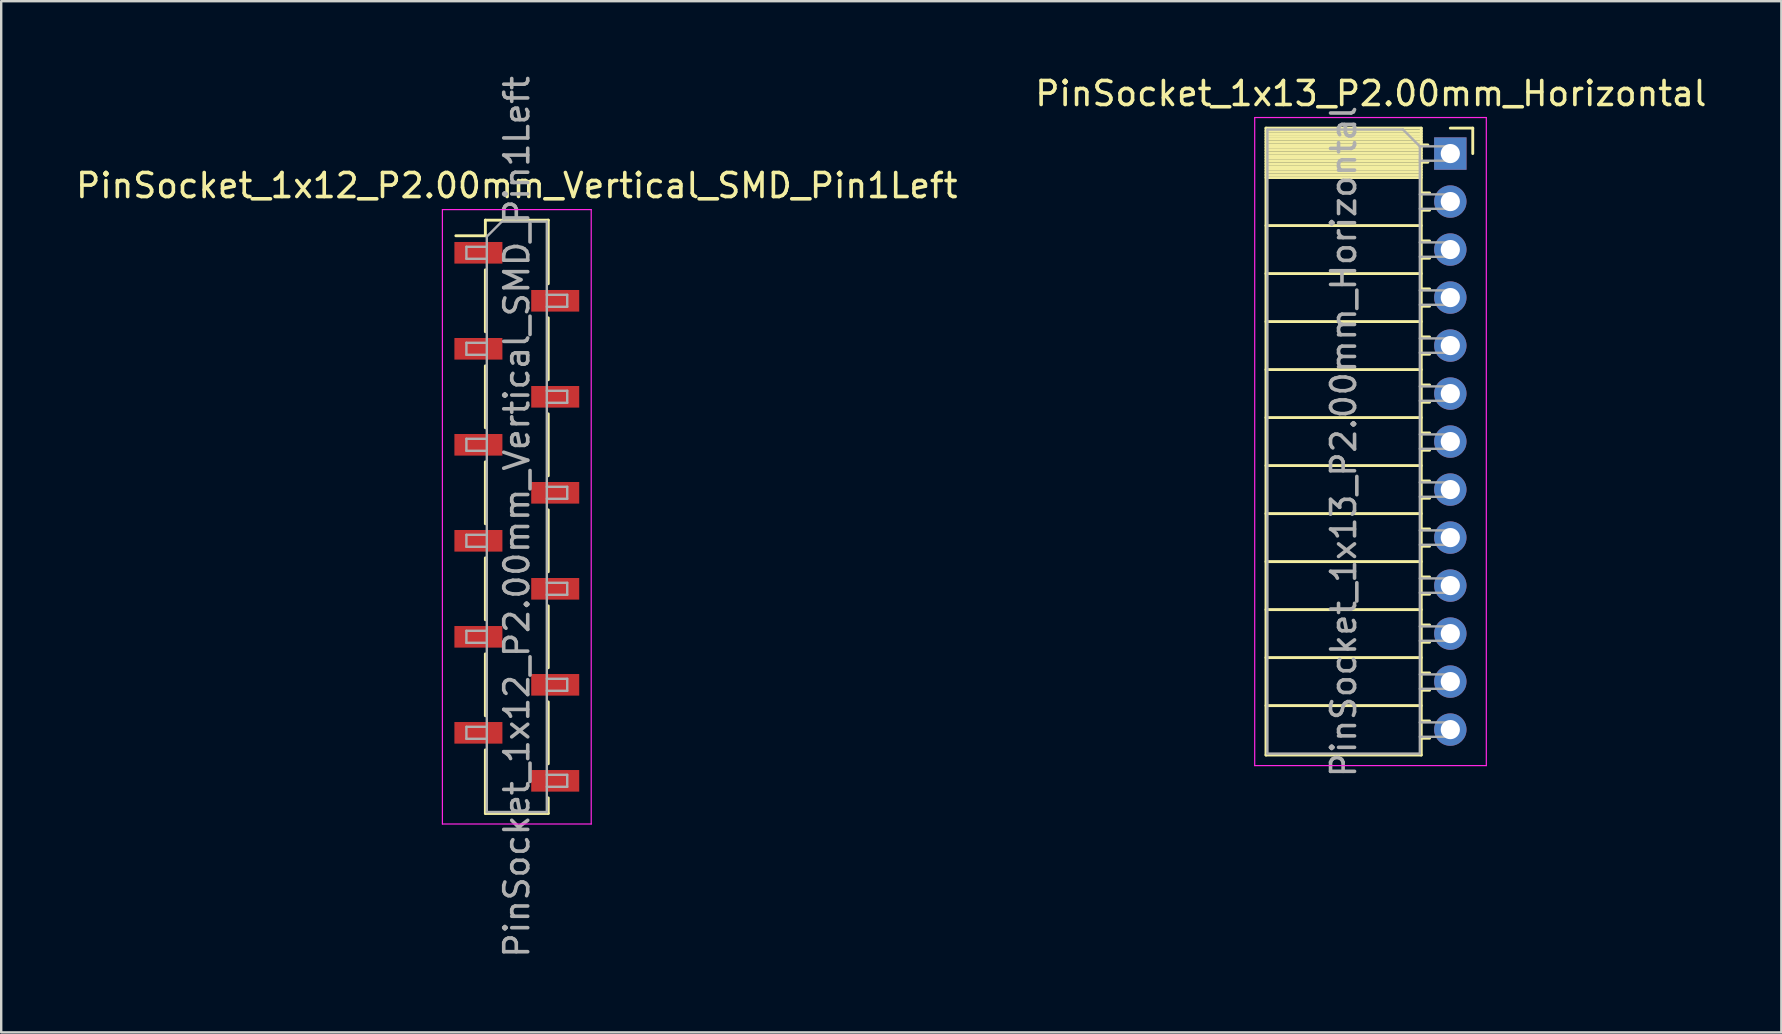
<source format=kicad_pcb>
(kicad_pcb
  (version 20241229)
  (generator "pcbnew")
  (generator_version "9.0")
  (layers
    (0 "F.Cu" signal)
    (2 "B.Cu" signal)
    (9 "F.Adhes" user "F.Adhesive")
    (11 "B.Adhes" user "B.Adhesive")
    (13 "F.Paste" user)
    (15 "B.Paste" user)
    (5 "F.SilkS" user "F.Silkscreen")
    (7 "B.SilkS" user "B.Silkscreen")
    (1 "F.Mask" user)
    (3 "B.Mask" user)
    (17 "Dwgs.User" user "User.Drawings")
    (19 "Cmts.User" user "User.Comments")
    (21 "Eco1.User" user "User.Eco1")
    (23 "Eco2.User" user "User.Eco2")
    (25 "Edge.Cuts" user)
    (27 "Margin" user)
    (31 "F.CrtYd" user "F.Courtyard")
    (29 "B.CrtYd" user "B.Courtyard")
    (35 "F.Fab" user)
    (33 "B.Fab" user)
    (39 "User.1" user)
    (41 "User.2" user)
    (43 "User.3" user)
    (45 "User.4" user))
  (footprint "PinSocket_1x13_P2.00mm_Horizontal"
    (layer "F.Cu")
    (at 57.375 3.348)
    (property "Reference" "PinSocket_1x13_P2.00mm_Horizontal" (at -3.31 -2.5 0) (layer "F.SilkS") (effects (font (size 1 1) (thickness 0.15))))
    (attr through_hole)
    (fp_line (start -7.68 -1.06) (end -7.68 25.06) (stroke (width 0.12) (type solid)) (layer "F.SilkS"))
    (fp_line (start -7.68 -1.06) (end -1.21 -1.06) (stroke (width 0.12) (type solid)) (layer "F.SilkS"))
    (fp_line (start -7.68 -0.94) (end -1.21 -0.94) (stroke (width 0.12) (type solid)) (layer "F.SilkS"))
    (fp_line (start -7.68 -0.826) (end -1.21 -0.826) (stroke (width 0.12) (type solid)) (layer "F.SilkS"))
    (fp_line (start -7.68 -0.712) (end -1.21 -0.712) (stroke (width 0.12) (type solid)) (layer "F.SilkS"))
    (fp_line (start -7.68 -0.598) (end -1.21 -0.598) (stroke (width 0.12) (type solid)) (layer "F.SilkS"))
    (fp_line (start -7.68 -0.484) (end -1.21 -0.484) (stroke (width 0.12) (type solid)) (layer "F.SilkS"))
    (fp_line (start -7.68 -0.369) (end -1.21 -0.369) (stroke (width 0.12) (type solid)) (layer "F.SilkS"))
    (fp_line (start -7.68 -0.255) (end -1.21 -0.255) (stroke (width 0.12) (type solid)) (layer "F.SilkS"))
    (fp_line (start -7.68 -0.141) (end -1.21 -0.141) (stroke (width 0.12) (type solid)) (layer "F.SilkS"))
    (fp_line (start -7.68 -0.027) (end -1.21 -0.027) (stroke (width 0.12) (type solid)) (layer "F.SilkS"))
    (fp_line (start -7.68 0.087) (end -1.21 0.087) (stroke (width 0.12) (type solid)) (layer "F.SilkS"))
    (fp_line (start -7.68 0.201) (end -1.21 0.201) (stroke (width 0.12) (type solid)) (layer "F.SilkS"))
    (fp_line (start -7.68 0.315) (end -1.21 0.315) (stroke (width 0.12) (type solid)) (layer "F.SilkS"))
    (fp_line (start -7.68 0.429) (end -1.21 0.429) (stroke (width 0.12) (type solid)) (layer "F.SilkS"))
    (fp_line (start -7.68 0.544) (end -1.21 0.544) (stroke (width 0.12) (type solid)) (layer "F.SilkS"))
    (fp_line (start -7.68 0.658) (end -1.21 0.658) (stroke (width 0.12) (type solid)) (layer "F.SilkS"))
    (fp_line (start -7.68 0.772) (end -1.21 0.772) (stroke (width 0.12) (type solid)) (layer "F.SilkS"))
    (fp_line (start -7.68 0.886) (end -1.21 0.886) (stroke (width 0.12) (type solid)) (layer "F.SilkS"))
    (fp_line (start -7.68 1) (end -1.21 1) (stroke (width 0.12) (type solid)) (layer "F.SilkS"))
    (fp_line (start -7.68 3) (end -1.21 3) (stroke (width 0.12) (type solid)) (layer "F.SilkS"))
    (fp_line (start -7.68 5) (end -1.21 5) (stroke (width 0.12) (type solid)) (layer "F.SilkS"))
    (fp_line (start -7.68 7) (end -1.21 7) (stroke (width 0.12) (type solid)) (layer "F.SilkS"))
    (fp_line (start -7.68 9) (end -1.21 9) (stroke (width 0.12) (type solid)) (layer "F.SilkS"))
    (fp_line (start -7.68 11) (end -1.21 11) (stroke (width 0.12) (type solid)) (layer "F.SilkS"))
    (fp_line (start -7.68 13) (end -1.21 13) (stroke (width 0.12) (type solid)) (layer "F.SilkS"))
    (fp_line (start -7.68 15) (end -1.21 15) (stroke (width 0.12) (type solid)) (layer "F.SilkS"))
    (fp_line (start -7.68 17) (end -1.21 17) (stroke (width 0.12) (type solid)) (layer "F.SilkS"))
    (fp_line (start -7.68 19) (end -1.21 19) (stroke (width 0.12) (type solid)) (layer "F.SilkS"))
    (fp_line (start -7.68 21) (end -1.21 21) (stroke (width 0.12) (type solid)) (layer "F.SilkS"))
    (fp_line (start -7.68 23) (end -1.21 23) (stroke (width 0.12) (type solid)) (layer "F.SilkS"))
    (fp_line (start -7.68 25.06) (end -1.21 25.06) (stroke (width 0.12) (type solid)) (layer "F.SilkS"))
    (fp_line (start -1.21 -1.06) (end -1.21 25.06) (stroke (width 0.12) (type solid)) (layer "F.SilkS"))
    (fp_line (start -1.21 -0.36) (end -0.935 -0.36) (stroke (width 0.12) (type solid)) (layer "F.SilkS"))
    (fp_line (start -1.21 0.36) (end -0.935 0.36) (stroke (width 0.12) (type solid)) (layer "F.SilkS"))
    (fp_line (start -1.21 1.64) (end -0.863 1.64) (stroke (width 0.12) (type solid)) (layer "F.SilkS"))
    (fp_line (start -1.21 2.36) (end -0.863 2.36) (stroke (width 0.12) (type solid)) (layer "F.SilkS"))
    (fp_line (start -1.21 3.64) (end -0.863 3.64) (stroke (width 0.12) (type solid)) (layer "F.SilkS"))
    (fp_line (start -1.21 4.36) (end -0.863 4.36) (stroke (width 0.12) (type solid)) (layer "F.SilkS"))
    (fp_line (start -1.21 5.64) (end -0.863 5.64) (stroke (width 0.12) (type solid)) (layer "F.SilkS"))
    (fp_line (start -1.21 6.36) (end -0.863 6.36) (stroke (width 0.12) (type solid)) (layer "F.SilkS"))
    (fp_line (start -1.21 7.64) (end -0.863 7.64) (stroke (width 0.12) (type solid)) (layer "F.SilkS"))
    (fp_line (start -1.21 8.36) (end -0.863 8.36) (stroke (width 0.12) (type solid)) (layer "F.SilkS"))
    (fp_line (start -1.21 9.64) (end -0.863 9.64) (stroke (width 0.12) (type solid)) (layer "F.SilkS"))
    (fp_line (start -1.21 10.36) (end -0.863 10.36) (stroke (width 0.12) (type solid)) (layer "F.SilkS"))
    (fp_line (start -1.21 11.64) (end -0.863 11.64) (stroke (width 0.12) (type solid)) (layer "F.SilkS"))
    (fp_line (start -1.21 12.36) (end -0.863 12.36) (stroke (width 0.12) (type solid)) (layer "F.SilkS"))
    (fp_line (start -1.21 13.64) (end -0.863 13.64) (stroke (width 0.12) (type solid)) (layer "F.SilkS"))
    (fp_line (start -1.21 14.36) (end -0.863 14.36) (stroke (width 0.12) (type solid)) (layer "F.SilkS"))
    (fp_line (start -1.21 15.64) (end -0.863 15.64) (stroke (width 0.12) (type solid)) (layer "F.SilkS"))
    (fp_line (start -1.21 16.36) (end -0.863 16.36) (stroke (width 0.12) (type solid)) (layer "F.SilkS"))
    (fp_line (start -1.21 17.64) (end -0.863 17.64) (stroke (width 0.12) (type solid)) (layer "F.SilkS"))
    (fp_line (start -1.21 18.36) (end -0.863 18.36) (stroke (width 0.12) (type solid)) (layer "F.SilkS"))
    (fp_line (start -1.21 19.64) (end -0.863 19.64) (stroke (width 0.12) (type solid)) (layer "F.SilkS"))
    (fp_line (start -1.21 20.36) (end -0.863 20.36) (stroke (width 0.12) (type solid)) (layer "F.SilkS"))
    (fp_line (start -1.21 21.64) (end -0.863 21.64) (stroke (width 0.12) (type solid)) (layer "F.SilkS"))
    (fp_line (start -1.21 22.36) (end -0.863 22.36) (stroke (width 0.12) (type solid)) (layer "F.SilkS"))
    (fp_line (start -1.21 23.64) (end -0.863 23.64) (stroke (width 0.12) (type solid)) (layer "F.SilkS"))
    (fp_line (start -1.21 24.36) (end -0.863 24.36) (stroke (width 0.12) (type solid)) (layer "F.SilkS"))
    (fp_line (start 0 -1.06) (end 0.935 -1.06) (stroke (width 0.12) (type solid)) (layer "F.SilkS"))
    (fp_line (start 0.935 -1.06) (end 0.935 0) (stroke (width 0.12) (type solid)) (layer "F.SilkS"))
    (fp_line (start -8.15 -1.5) (end -8.15 25.5) (stroke (width 0.05) (type solid)) (layer "F.CrtYd"))
    (fp_line (start -8.15 25.5) (end 1.5 25.5) (stroke (width 0.05) (type solid)) (layer "F.CrtYd"))
    (fp_line (start 1.5 -1.5) (end -8.15 -1.5) (stroke (width 0.05) (type solid)) (layer "F.CrtYd"))
    (fp_line (start 1.5 25.5) (end 1.5 -1.5) (stroke (width 0.05) (type solid)) (layer "F.CrtYd"))
    (fp_line (start -7.62 -1) (end -1.97 -1) (stroke (width 0.1) (type solid)) (layer "F.Fab"))
    (fp_line (start -7.62 25) (end -7.62 -1) (stroke (width 0.1) (type solid)) (layer "F.Fab"))
    (fp_line (start -1.97 -1) (end -1.27 -0.3) (stroke (width 0.1) (type solid)) (layer "F.Fab"))
    (fp_line (start -1.27 -0.3) (end -1.27 25) (stroke (width 0.1) (type solid)) (layer "F.Fab"))
    (fp_line (start -1.27 0.3) (end 0 0.3) (stroke (width 0.1) (type solid)) (layer "F.Fab"))
    (fp_line (start -1.27 2.3) (end 0 2.3) (stroke (width 0.1) (type solid)) (layer "F.Fab"))
    (fp_line (start -1.27 4.3) (end 0 4.3) (stroke (width 0.1) (type solid)) (layer "F.Fab"))
    (fp_line (start -1.27 6.3) (end 0 6.3) (stroke (width 0.1) (type solid)) (layer "F.Fab"))
    (fp_line (start -1.27 8.3) (end 0 8.3) (stroke (width 0.1) (type solid)) (layer "F.Fab"))
    (fp_line (start -1.27 10.3) (end 0 10.3) (stroke (width 0.1) (type solid)) (layer "F.Fab"))
    (fp_line (start -1.27 12.3) (end 0 12.3) (stroke (width 0.1) (type solid)) (layer "F.Fab"))
    (fp_line (start -1.27 14.3) (end 0 14.3) (stroke (width 0.1) (type solid)) (layer "F.Fab"))
    (fp_line (start -1.27 16.3) (end 0 16.3) (stroke (width 0.1) (type solid)) (layer "F.Fab"))
    (fp_line (start -1.27 18.3) (end 0 18.3) (stroke (width 0.1) (type solid)) (layer "F.Fab"))
    (fp_line (start -1.27 20.3) (end 0 20.3) (stroke (width 0.1) (type solid)) (layer "F.Fab"))
    (fp_line (start -1.27 22.3) (end 0 22.3) (stroke (width 0.1) (type solid)) (layer "F.Fab"))
    (fp_line (start -1.27 24.3) (end 0 24.3) (stroke (width 0.1) (type solid)) (layer "F.Fab"))
    (fp_line (start -1.27 25) (end -7.62 25) (stroke (width 0.1) (type solid)) (layer "F.Fab"))
    (fp_line (start 0 -0.3) (end -1.27 -0.3) (stroke (width 0.1) (type solid)) (layer "F.Fab"))
    (fp_line (start 0 0.3) (end 0 -0.3) (stroke (width 0.1) (type solid)) (layer "F.Fab"))
    (fp_line (start 0 1.7) (end -1.27 1.7) (stroke (width 0.1) (type solid)) (layer "F.Fab"))
    (fp_line (start 0 2.3) (end 0 1.7) (stroke (width 0.1) (type solid)) (layer "F.Fab"))
    (fp_line (start 0 3.7) (end -1.27 3.7) (stroke (width 0.1) (type solid)) (layer "F.Fab"))
    (fp_line (start 0 4.3) (end 0 3.7) (stroke (width 0.1) (type solid)) (layer "F.Fab"))
    (fp_line (start 0 5.7) (end -1.27 5.7) (stroke (width 0.1) (type solid)) (layer "F.Fab"))
    (fp_line (start 0 6.3) (end 0 5.7) (stroke (width 0.1) (type solid)) (layer "F.Fab"))
    (fp_line (start 0 7.7) (end -1.27 7.7) (stroke (width 0.1) (type solid)) (layer "F.Fab"))
    (fp_line (start 0 8.3) (end 0 7.7) (stroke (width 0.1) (type solid)) (layer "F.Fab"))
    (fp_line (start 0 9.7) (end -1.27 9.7) (stroke (width 0.1) (type solid)) (layer "F.Fab"))
    (fp_line (start 0 10.3) (end 0 9.7) (stroke (width 0.1) (type solid)) (layer "F.Fab"))
    (fp_line (start 0 11.7) (end -1.27 11.7) (stroke (width 0.1) (type solid)) (layer "F.Fab"))
    (fp_line (start 0 12.3) (end 0 11.7) (stroke (width 0.1) (type solid)) (layer "F.Fab"))
    (fp_line (start 0 13.7) (end -1.27 13.7) (stroke (width 0.1) (type solid)) (layer "F.Fab"))
    (fp_line (start 0 14.3) (end 0 13.7) (stroke (width 0.1) (type solid)) (layer "F.Fab"))
    (fp_line (start 0 15.7) (end -1.27 15.7) (stroke (width 0.1) (type solid)) (layer "F.Fab"))
    (fp_line (start 0 16.3) (end 0 15.7) (stroke (width 0.1) (type solid)) (layer "F.Fab"))
    (fp_line (start 0 17.7) (end -1.27 17.7) (stroke (width 0.1) (type solid)) (layer "F.Fab"))
    (fp_line (start 0 18.3) (end 0 17.7) (stroke (width 0.1) (type solid)) (layer "F.Fab"))
    (fp_line (start 0 19.7) (end -1.27 19.7) (stroke (width 0.1) (type solid)) (layer "F.Fab"))
    (fp_line (start 0 20.3) (end 0 19.7) (stroke (width 0.1) (type solid)) (layer "F.Fab"))
    (fp_line (start 0 21.7) (end -1.27 21.7) (stroke (width 0.1) (type solid)) (layer "F.Fab"))
    (fp_line (start 0 22.3) (end 0 21.7) (stroke (width 0.1) (type solid)) (layer "F.Fab"))
    (fp_line (start 0 23.7) (end -1.27 23.7) (stroke (width 0.1) (type solid)) (layer "F.Fab"))
    (fp_line (start 0 24.3) (end 0 23.7) (stroke (width 0.1) (type solid)) (layer "F.Fab"))
    (fp_text user "${REFERENCE}" (at -4.445 12 90) (layer "F.Fab") (effects (font (size 1 1) (thickness 0.15))))
    (pad "1" thru_hole rect (at 0 0) (size 1.35 1.35) (drill 0.8) (layers "*.Cu" "*.Mask"))
    (pad "2" thru_hole oval (at 0 2) (size 1.35 1.35) (drill 0.8) (layers "*.Cu" "*.Mask"))
    (pad "3" thru_hole oval (at 0 4) (size 1.35 1.35) (drill 0.8) (layers "*.Cu" "*.Mask"))
    (pad "4" thru_hole oval (at 0 6) (size 1.35 1.35) (drill 0.8) (layers "*.Cu" "*.Mask"))
    (pad "5" thru_hole oval (at 0 8) (size 1.35 1.35) (drill 0.8) (layers "*.Cu" "*.Mask"))
    (pad "6" thru_hole oval (at 0 10) (size 1.35 1.35) (drill 0.8) (layers "*.Cu" "*.Mask"))
    (pad "7" thru_hole oval (at 0 12) (size 1.35 1.35) (drill 0.8) (layers "*.Cu" "*.Mask"))
    (pad "8" thru_hole oval (at 0 14) (size 1.35 1.35) (drill 0.8) (layers "*.Cu" "*.Mask"))
    (pad "9" thru_hole oval (at 0 16) (size 1.35 1.35) (drill 0.8) (layers "*.Cu" "*.Mask"))
    (pad "10" thru_hole oval (at 0 18) (size 1.35 1.35) (drill 0.8) (layers "*.Cu" "*.Mask"))
    (pad "11" thru_hole oval (at 0 20) (size 1.35 1.35) (drill 0.8) (layers "*.Cu" "*.Mask"))
    (pad "12" thru_hole oval (at 0 22) (size 1.35 1.35) (drill 0.8) (layers "*.Cu" "*.Mask"))
    (pad "13" thru_hole oval (at 0 24) (size 1.35 1.35) (drill 0.8) (layers "*.Cu" "*.Mask")))
  (footprint "PinSocket_1x12_P2.00mm_Vertical_SMD_Pin1Left"
    (layer "F.Cu")
    (at 18.482 18.482)
    (property "Reference" "PinSocket_1x12_P2.00mm_Vertical_SMD_Pin1Left" (at 0 -13.8 0) (layer "F.SilkS") (effects (font (size 1 1) (thickness 0.15))))
    (attr smd)
    (fp_line (start -2.54 -11.71) (end -1.31 -11.71) (stroke (width 0.12) (type solid)) (layer "F.SilkS"))
    (fp_line (start -1.31 -12.36) (end -1.31 -11.71) (stroke (width 0.12) (type solid)) (layer "F.SilkS"))
    (fp_line (start -1.31 -12.36) (end 1.31 -12.36) (stroke (width 0.12) (type solid)) (layer "F.SilkS"))
    (fp_line (start -1.31 -10.29) (end -1.31 -7.71) (stroke (width 0.12) (type solid)) (layer "F.SilkS"))
    (fp_line (start -1.31 -6.29) (end -1.31 -3.71) (stroke (width 0.12) (type solid)) (layer "F.SilkS"))
    (fp_line (start -1.31 -2.29) (end -1.31 0.29) (stroke (width 0.12) (type solid)) (layer "F.SilkS"))
    (fp_line (start -1.31 1.71) (end -1.31 4.29) (stroke (width 0.12) (type solid)) (layer "F.SilkS"))
    (fp_line (start -1.31 5.71) (end -1.31 8.29) (stroke (width 0.12) (type solid)) (layer "F.SilkS"))
    (fp_line (start -1.31 9.71) (end -1.31 12.36) (stroke (width 0.12) (type solid)) (layer "F.SilkS"))
    (fp_line (start -1.31 12.36) (end 1.31 12.36) (stroke (width 0.12) (type solid)) (layer "F.SilkS"))
    (fp_line (start 1.31 -12.36) (end 1.31 -9.71) (stroke (width 0.12) (type solid)) (layer "F.SilkS"))
    (fp_line (start 1.31 -8.29) (end 1.31 -5.71) (stroke (width 0.12) (type solid)) (layer "F.SilkS"))
    (fp_line (start 1.31 -4.29) (end 1.31 -1.71) (stroke (width 0.12) (type solid)) (layer "F.SilkS"))
    (fp_line (start 1.31 -0.29) (end 1.31 2.29) (stroke (width 0.12) (type solid)) (layer "F.SilkS"))
    (fp_line (start 1.31 3.71) (end 1.31 6.29) (stroke (width 0.12) (type solid)) (layer "F.SilkS"))
    (fp_line (start 1.31 7.71) (end 1.31 10.29) (stroke (width 0.12) (type solid)) (layer "F.SilkS"))
    (fp_line (start 1.31 11.71) (end 1.31 12.36) (stroke (width 0.12) (type solid)) (layer "F.SilkS"))
    (fp_line (start -3.1 -12.8) (end 3.1 -12.8) (stroke (width 0.05) (type solid)) (layer "F.CrtYd"))
    (fp_line (start -3.1 12.8) (end -3.1 -12.8) (stroke (width 0.05) (type solid)) (layer "F.CrtYd"))
    (fp_line (start 3.1 -12.8) (end 3.1 12.8) (stroke (width 0.05) (type solid)) (layer "F.CrtYd"))
    (fp_line (start 3.1 12.8) (end -3.1 12.8) (stroke (width 0.05) (type solid)) (layer "F.CrtYd"))
    (fp_line (start -2.1 -11.25) (end -1.25 -11.25) (stroke (width 0.1) (type solid)) (layer "F.Fab"))
    (fp_line (start -2.1 -10.75) (end -2.1 -11.25) (stroke (width 0.1) (type solid)) (layer "F.Fab"))
    (fp_line (start -2.1 -7.25) (end -1.25 -7.25) (stroke (width 0.1) (type solid)) (layer "F.Fab"))
    (fp_line (start -2.1 -6.75) (end -2.1 -7.25) (stroke (width 0.1) (type solid)) (layer "F.Fab"))
    (fp_line (start -2.1 -3.25) (end -1.25 -3.25) (stroke (width 0.1) (type solid)) (layer "F.Fab"))
    (fp_line (start -2.1 -2.75) (end -2.1 -3.25) (stroke (width 0.1) (type solid)) (layer "F.Fab"))
    (fp_line (start -2.1 0.75) (end -1.25 0.75) (stroke (width 0.1) (type solid)) (layer "F.Fab"))
    (fp_line (start -2.1 1.25) (end -2.1 0.75) (stroke (width 0.1) (type solid)) (layer "F.Fab"))
    (fp_line (start -2.1 4.75) (end -1.25 4.75) (stroke (width 0.1) (type solid)) (layer "F.Fab"))
    (fp_line (start -2.1 5.25) (end -2.1 4.75) (stroke (width 0.1) (type solid)) (layer "F.Fab"))
    (fp_line (start -2.1 8.75) (end -1.25 8.75) (stroke (width 0.1) (type solid)) (layer "F.Fab"))
    (fp_line (start -2.1 9.25) (end -2.1 8.75) (stroke (width 0.1) (type solid)) (layer "F.Fab"))
    (fp_line (start -1.25 -11.675) (end -0.625 -12.3) (stroke (width 0.1) (type solid)) (layer "F.Fab"))
    (fp_line (start -1.25 -10.75) (end -2.1 -10.75) (stroke (width 0.1) (type solid)) (layer "F.Fab"))
    (fp_line (start -1.25 -6.75) (end -2.1 -6.75) (stroke (width 0.1) (type solid)) (layer "F.Fab"))
    (fp_line (start -1.25 -2.75) (end -2.1 -2.75) (stroke (width 0.1) (type solid)) (layer "F.Fab"))
    (fp_line (start -1.25 1.25) (end -2.1 1.25) (stroke (width 0.1) (type solid)) (layer "F.Fab"))
    (fp_line (start -1.25 5.25) (end -2.1 5.25) (stroke (width 0.1) (type solid)) (layer "F.Fab"))
    (fp_line (start -1.25 9.25) (end -2.1 9.25) (stroke (width 0.1) (type solid)) (layer "F.Fab"))
    (fp_line (start -1.25 12.3) (end -1.25 -11.675) (stroke (width 0.1) (type solid)) (layer "F.Fab"))
    (fp_line (start -0.625 -12.3) (end 1.25 -12.3) (stroke (width 0.1) (type solid)) (layer "F.Fab"))
    (fp_line (start 1.25 -12.3) (end 1.25 12.3) (stroke (width 0.1) (type solid)) (layer "F.Fab"))
    (fp_line (start 1.25 -9.25) (end 2.1 -9.25) (stroke (width 0.1) (type solid)) (layer "F.Fab"))
    (fp_line (start 1.25 -5.25) (end 2.1 -5.25) (stroke (width 0.1) (type solid)) (layer "F.Fab"))
    (fp_line (start 1.25 -1.25) (end 2.1 -1.25) (stroke (width 0.1) (type solid)) (layer "F.Fab"))
    (fp_line (start 1.25 2.75) (end 2.1 2.75) (stroke (width 0.1) (type solid)) (layer "F.Fab"))
    (fp_line (start 1.25 6.75) (end 2.1 6.75) (stroke (width 0.1) (type solid)) (layer "F.Fab"))
    (fp_line (start 1.25 10.75) (end 2.1 10.75) (stroke (width 0.1) (type solid)) (layer "F.Fab"))
    (fp_line (start 1.25 12.3) (end -1.25 12.3) (stroke (width 0.1) (type solid)) (layer "F.Fab"))
    (fp_line (start 2.1 -9.25) (end 2.1 -8.75) (stroke (width 0.1) (type solid)) (layer "F.Fab"))
    (fp_line (start 2.1 -8.75) (end 1.25 -8.75) (stroke (width 0.1) (type solid)) (layer "F.Fab"))
    (fp_line (start 2.1 -5.25) (end 2.1 -4.75) (stroke (width 0.1) (type solid)) (layer "F.Fab"))
    (fp_line (start 2.1 -4.75) (end 1.25 -4.75) (stroke (width 0.1) (type solid)) (layer "F.Fab"))
    (fp_line (start 2.1 -1.25) (end 2.1 -0.75) (stroke (width 0.1) (type solid)) (layer "F.Fab"))
    (fp_line (start 2.1 -0.75) (end 1.25 -0.75) (stroke (width 0.1) (type solid)) (layer "F.Fab"))
    (fp_line (start 2.1 2.75) (end 2.1 3.25) (stroke (width 0.1) (type solid)) (layer "F.Fab"))
    (fp_line (start 2.1 3.25) (end 1.25 3.25) (stroke (width 0.1) (type solid)) (layer "F.Fab"))
    (fp_line (start 2.1 6.75) (end 2.1 7.25) (stroke (width 0.1) (type solid)) (layer "F.Fab"))
    (fp_line (start 2.1 7.25) (end 1.25 7.25) (stroke (width 0.1) (type solid)) (layer "F.Fab"))
    (fp_line (start 2.1 10.75) (end 2.1 11.25) (stroke (width 0.1) (type solid)) (layer "F.Fab"))
    (fp_line (start 2.1 11.25) (end 1.25 11.25) (stroke (width 0.1) (type solid)) (layer "F.Fab"))
    (fp_text user "${REFERENCE}" (at 0 0 90) (layer "F.Fab") (effects (font (size 1 1) (thickness 0.15))))
    (pad "1" smd rect (at -1.6 -11) (size 2 0.9) (layers "F.Cu" "F.Mask" "F.Paste"))
    (pad "2" smd rect (at 1.6 -9) (size 2 0.9) (layers "F.Cu" "F.Mask" "F.Paste"))
    (pad "3" smd rect (at -1.6 -7) (size 2 0.9) (layers "F.Cu" "F.Mask" "F.Paste"))
    (pad "4" smd rect (at 1.6 -5) (size 2 0.9) (layers "F.Cu" "F.Mask" "F.Paste"))
    (pad "5" smd rect (at -1.6 -3) (size 2 0.9) (layers "F.Cu" "F.Mask" "F.Paste"))
    (pad "6" smd rect (at 1.6 -1) (size 2 0.9) (layers "F.Cu" "F.Mask" "F.Paste"))
    (pad "7" smd rect (at -1.6 1) (size 2 0.9) (layers "F.Cu" "F.Mask" "F.Paste"))
    (pad "8" smd rect (at 1.6 3) (size 2 0.9) (layers "F.Cu" "F.Mask" "F.Paste"))
    (pad "9" smd rect (at -1.6 5) (size 2 0.9) (layers "F.Cu" "F.Mask" "F.Paste"))
    (pad "10" smd rect (at 1.6 7) (size 2 0.9) (layers "F.Cu" "F.Mask" "F.Paste"))
    (pad "11" smd rect (at -1.6 9) (size 2 0.9) (layers "F.Cu" "F.Mask" "F.Paste"))
    (pad "12" smd rect (at 1.6 11) (size 2 0.9) (layers "F.Cu" "F.Mask" "F.Paste")))
  (gr_rect
    (start -3 -3)
    (end 71.167 39.964)
    (stroke (width 0.1) (type default))
    (fill no)
    (layer "Edge.Cuts")))
</source>
